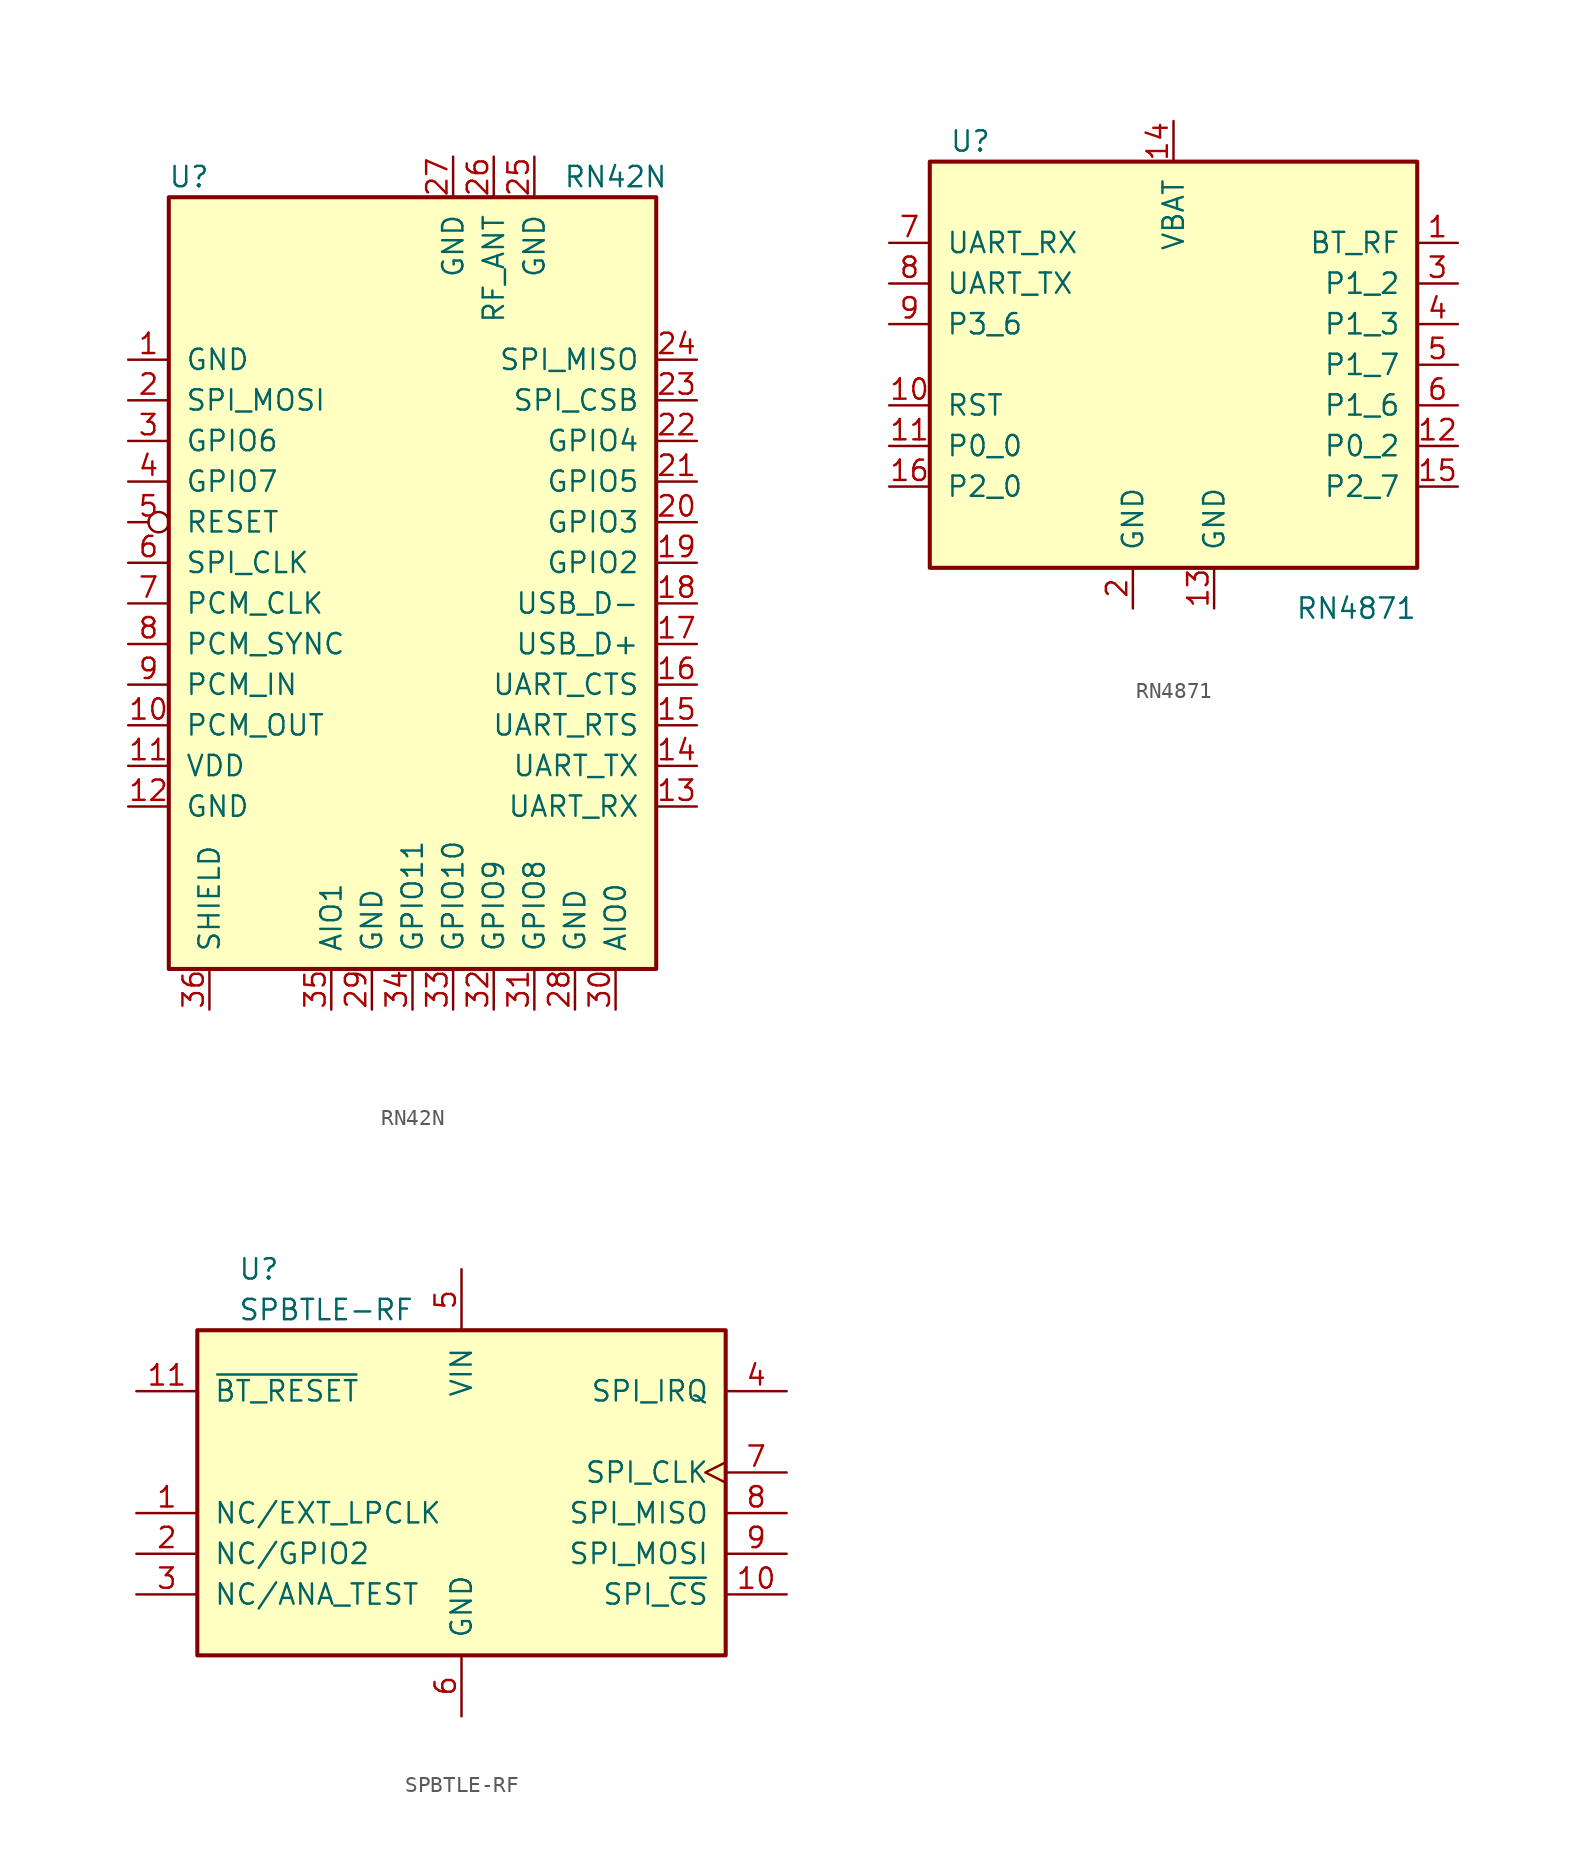
<source format=kicad_sym>
(kicad_symbol_lib
  (version 20241209)
  (generator "kicad_symbol_editor")
  (generator_version "9.0")
  (symbol "RN42N"
    (pin_names
      (offset 1.016))
    (property "Reference" "U"
      (at -13.97 26.67 0)
      (effects (font (size 1.27 1.27))))
    (property "Value" "RN42N"
      (at 12.7 26.67 0)
      (effects (font (size 1.27 1.27))))
    (symbol "RN42N_0_1"
      (rectangle (start -15.24 25.4) (end 15.24 -22.86) (stroke (width 0.254) (type default)) (fill (type background))))
    (symbol "RN42N_1_1"
      (pin power_in line (at -17.78 15.24 0) (length 2.54) (name "GND" (effects (font (size 1.27 1.27)))) (number "1" (effects (font (size 1.27 1.27)))))
      (pin input line (at -17.78 12.7 0) (length 2.54) (name "SPI_MOSI" (effects (font (size 1.27 1.27)))) (number "2" (effects (font (size 1.27 1.27)))))
      (pin input line (at -17.78 10.16 0) (length 2.54) (name "GPIO6" (effects (font (size 1.27 1.27)))) (number "3" (effects (font (size 1.27 1.27)))))
      (pin bidirectional line (at -17.78 7.62 0) (length 2.54) (name "GPIO7" (effects (font (size 1.27 1.27)))) (number "4" (effects (font (size 1.27 1.27)))))
      (pin input inverted (at -17.78 5.08 0) (length 2.54) (name "RESET" (effects (font (size 1.27 1.27)))) (number "5" (effects (font (size 1.27 1.27)))))
      (pin input line (at -17.78 2.54 0) (length 2.54) (name "SPI_CLK" (effects (font (size 1.27 1.27)))) (number "6" (effects (font (size 1.27 1.27)))))
      (pin bidirectional line (at -17.78 0 0) (length 2.54) (name "PCM_CLK" (effects (font (size 1.27 1.27)))) (number "7" (effects (font (size 1.27 1.27)))))
      (pin bidirectional line (at -17.78 -2.54 0) (length 2.54) (name "PCM_SYNC" (effects (font (size 1.27 1.27)))) (number "8" (effects (font (size 1.27 1.27)))))
      (pin input line (at -17.78 -5.08 0) (length 2.54) (name "PCM_IN" (effects (font (size 1.27 1.27)))) (number "9" (effects (font (size 1.27 1.27)))))
      (pin output line (at -17.78 -7.62 0) (length 2.54) (name "PCM_OUT" (effects (font (size 1.27 1.27)))) (number "10" (effects (font (size 1.27 1.27)))))
      (pin power_in line (at -17.78 -10.16 0) (length 2.54) (name "VDD" (effects (font (size 1.27 1.27)))) (number "11" (effects (font (size 1.27 1.27)))))
      (pin power_in line (at -17.78 -12.7 0) (length 2.54) (name "GND" (effects (font (size 1.27 1.27)))) (number "12" (effects (font (size 1.27 1.27)))))
      (pin input line (at -12.7 -25.4 90) (length 2.54) (name "SHIELD" (effects (font (size 1.27 1.27)))) (number "36" (effects (font (size 1.27 1.27)))))
      (pin input line (at -5.08 -25.4 90) (length 2.54) (name "AIO1" (effects (font (size 1.27 1.27)))) (number "35" (effects (font (size 1.27 1.27)))))
      (pin power_in line (at -2.54 -25.4 90) (length 2.54) (name "GND" (effects (font (size 1.27 1.27)))) (number "29" (effects (font (size 1.27 1.27)))))
      (pin bidirectional line (at 0 -25.4 90) (length 2.54) (name "GPIO11" (effects (font (size 1.27 1.27)))) (number "34" (effects (font (size 1.27 1.27)))))
      (pin power_in line (at 2.54 27.94 270) (length 2.54) (name "GND" (effects (font (size 1.27 1.27)))) (number "27" (effects (font (size 1.27 1.27)))))
      (pin bidirectional line (at 2.54 -25.4 90) (length 2.54) (name "GPIO10" (effects (font (size 1.27 1.27)))) (number "33" (effects (font (size 1.27 1.27)))))
      (pin bidirectional line (at 5.08 27.94 270) (length 2.54) (name "RF_ANT" (effects (font (size 1.27 1.27)))) (number "26" (effects (font (size 1.27 1.27)))))
      (pin bidirectional line (at 5.08 -25.4 90) (length 2.54) (name "GPIO9" (effects (font (size 1.27 1.27)))) (number "32" (effects (font (size 1.27 1.27)))))
      (pin power_in line (at 7.62 27.94 270) (length 2.54) (name "GND" (effects (font (size 1.27 1.27)))) (number "25" (effects (font (size 1.27 1.27)))))
      (pin output line (at 7.62 -25.4 90) (length 2.54) (name "GPIO8" (effects (font (size 1.27 1.27)))) (number "31" (effects (font (size 1.27 1.27)))))
      (pin power_in line (at 10.16 -25.4 90) (length 2.54) (name "GND" (effects (font (size 1.27 1.27)))) (number "28" (effects (font (size 1.27 1.27)))))
      (pin input line (at 12.7 -25.4 90) (length 2.54) (name "AIO0" (effects (font (size 1.27 1.27)))) (number "30" (effects (font (size 1.27 1.27)))))
      (pin output line (at 17.78 15.24 180) (length 2.54) (name "SPI_MISO" (effects (font (size 1.27 1.27)))) (number "24" (effects (font (size 1.27 1.27)))))
      (pin input line (at 17.78 12.7 180) (length 2.54) (name "SPI_CSB" (effects (font (size 1.27 1.27)))) (number "23" (effects (font (size 1.27 1.27)))))
      (pin bidirectional line (at 17.78 10.16 180) (length 2.54) (name "GPIO4" (effects (font (size 1.27 1.27)))) (number "22" (effects (font (size 1.27 1.27)))))
      (pin bidirectional line (at 17.78 7.62 180) (length 2.54) (name "GPIO5" (effects (font (size 1.27 1.27)))) (number "21" (effects (font (size 1.27 1.27)))))
      (pin input line (at 17.78 5.08 180) (length 2.54) (name "GPIO3" (effects (font (size 1.27 1.27)))) (number "20" (effects (font (size 1.27 1.27)))))
      (pin bidirectional line (at 17.78 2.54 180) (length 2.54) (name "GPIO2" (effects (font (size 1.27 1.27)))) (number "19" (effects (font (size 1.27 1.27)))))
      (pin bidirectional line (at 17.78 0 180) (length 2.54) (name "USB_D-" (effects (font (size 1.27 1.27)))) (number "18" (effects (font (size 1.27 1.27)))))
      (pin bidirectional line (at 17.78 -2.54 180) (length 2.54) (name "USB_D+" (effects (font (size 1.27 1.27)))) (number "17" (effects (font (size 1.27 1.27)))))
      (pin input line (at 17.78 -5.08 180) (length 2.54) (name "UART_CTS" (effects (font (size 1.27 1.27)))) (number "16" (effects (font (size 1.27 1.27)))))
      (pin output line (at 17.78 -7.62 180) (length 2.54) (name "UART_RTS" (effects (font (size 1.27 1.27)))) (number "15" (effects (font (size 1.27 1.27)))))
      (pin output line (at 17.78 -10.16 180) (length 2.54) (name "UART_TX" (effects (font (size 1.27 1.27)))) (number "14" (effects (font (size 1.27 1.27)))))
      (pin input line (at 17.78 -12.7 180) (length 2.54) (name "UART_RX" (effects (font (size 1.27 1.27)))) (number "13" (effects (font (size 1.27 1.27)))))))
  (symbol "RN4871"
    (pin_names
      (offset 1.016))
    (property "Reference" "U"
      (at -12.7 13.97 0)
      (effects (font (size 1.27 1.27))))
    (property "Value" "RN4871"
      (at 11.43 -15.24 0)
      (effects (font (size 1.27 1.27))))
    (symbol "RN4871_0_1"
      (rectangle (start -15.24 12.7) (end 15.24 -12.7) (stroke (width 0.254) (type default)) (fill (type background))))
    (symbol "RN4871_1_1"
      (pin input line (at -17.78 7.62 0) (length 2.54) (name "UART_RX" (effects (font (size 1.27 1.27)))) (number "7" (effects (font (size 1.27 1.27)))))
      (pin output line (at -17.78 5.08 0) (length 2.54) (name "UART_TX" (effects (font (size 1.27 1.27)))) (number "8" (effects (font (size 1.27 1.27)))))
      (pin bidirectional line (at -17.78 2.54 0) (length 2.54) (name "P3_6" (effects (font (size 1.27 1.27)))) (number "9" (effects (font (size 1.27 1.27)))))
      (pin input line (at -17.78 -2.54 0) (length 2.54) (name "RST" (effects (font (size 1.27 1.27)))) (number "10" (effects (font (size 1.27 1.27)))))
      (pin bidirectional line (at -17.78 -5.08 0) (length 2.54) (name "P0_0" (effects (font (size 1.27 1.27)))) (number "11" (effects (font (size 1.27 1.27)))))
      (pin input line (at -17.78 -7.62 0) (length 2.54) (name "P2_0" (effects (font (size 1.27 1.27)))) (number "16" (effects (font (size 1.27 1.27)))))
      (pin power_in line (at -2.54 -15.24 90) (length 2.54) (name "GND" (effects (font (size 1.27 1.27)))) (number "2" (effects (font (size 1.27 1.27)))))
      (pin power_in line (at 0 15.24 270) (length 2.54) (name "VBAT" (effects (font (size 1.27 1.27)))) (number "14" (effects (font (size 1.27 1.27)))))
      (pin power_in line (at 2.54 -15.24 90) (length 2.54) (name "GND" (effects (font (size 1.27 1.27)))) (number "13" (effects (font (size 1.27 1.27)))))
      (pin output line (at 17.78 7.62 180) (length 2.54) (name "BT_RF" (effects (font (size 1.27 1.27)))) (number "1" (effects (font (size 1.27 1.27)))))
      (pin bidirectional line (at 17.78 5.08 180) (length 2.54) (name "P1_2" (effects (font (size 1.27 1.27)))) (number "3" (effects (font (size 1.27 1.27)))))
      (pin bidirectional line (at 17.78 2.54 180) (length 2.54) (name "P1_3" (effects (font (size 1.27 1.27)))) (number "4" (effects (font (size 1.27 1.27)))))
      (pin bidirectional line (at 17.78 0 180) (length 2.54) (name "P1_7" (effects (font (size 1.27 1.27)))) (number "5" (effects (font (size 1.27 1.27)))))
      (pin bidirectional line (at 17.78 -2.54 180) (length 2.54) (name "P1_6" (effects (font (size 1.27 1.27)))) (number "6" (effects (font (size 1.27 1.27)))))
      (pin bidirectional line (at 17.78 -5.08 180) (length 2.54) (name "P0_2" (effects (font (size 1.27 1.27)))) (number "12" (effects (font (size 1.27 1.27)))))
      (pin bidirectional line (at 17.78 -7.62 180) (length 2.54) (name "P2_7" (effects (font (size 1.27 1.27)))) (number "15" (effects (font (size 1.27 1.27)))))))
  (symbol "SPBTLE-RF"
    (pin_names
      (offset 1.016))
    (property "Reference" "U"
      (at -13.97 12.7 0)
      (effects (font (size 1.27 1.27)) (justify left)))
    (property "Value" "SPBTLE-RF"
      (at -13.97 10.16 0)
      (effects (font (size 1.27 1.27)) (justify left)))
    (symbol "SPBTLE-RF_0_1"
      (rectangle (start -16.51 8.89) (end 16.51 -11.43) (stroke (width 0.254) (type default)) (fill (type background))))
    (symbol "SPBTLE-RF_1_1"
      (pin input line (at -20.32 5.08 0) (length 3.81) (name "~{BT_RESET}" (effects (font (size 1.27 1.27)))) (number "11" (effects (font (size 1.27 1.27)))))
      (pin input line (at -20.32 -2.54 0) (length 3.81) (name "NC/EXT_LPCLK" (effects (font (size 1.27 1.27)))) (number "1" (effects (font (size 1.27 1.27)))))
      (pin bidirectional line (at -20.32 -5.08 0) (length 3.81) (name "NC/GPIO2" (effects (font (size 1.27 1.27)))) (number "2" (effects (font (size 1.27 1.27)))))
      (pin input line (at -20.32 -7.62 0) (length 3.81) (name "NC/ANA_TEST" (effects (font (size 1.27 1.27)))) (number "3" (effects (font (size 1.27 1.27)))))
      (pin power_in line (at 0 12.7 270) (length 3.81) (name "VIN" (effects (font (size 1.27 1.27)))) (number "5" (effects (font (size 1.27 1.27)))))
      (pin power_in line (at 0 -15.24 90) (length 3.81) (name "GND" (effects (font (size 1.27 1.27)))) (number "6" (effects (font (size 1.27 1.27)))))
      (pin output line (at 20.32 5.08 180) (length 3.81) (name "SPI_IRQ" (effects (font (size 1.27 1.27)))) (number "4" (effects (font (size 1.27 1.27)))))
      (pin input clock (at 20.32 0 180) (length 3.81) (name "SPI_CLK" (effects (font (size 1.27 1.27)))) (number "7" (effects (font (size 1.27 1.27)))))
      (pin output line (at 20.32 -2.54 180) (length 3.81) (name "SPI_MISO" (effects (font (size 1.27 1.27)))) (number "8" (effects (font (size 1.27 1.27)))))
      (pin input line (at 20.32 -5.08 180) (length 3.81) (name "SPI_MOSI" (effects (font (size 1.27 1.27)))) (number "9" (effects (font (size 1.27 1.27)))))
      (pin input line (at 20.32 -7.62 180) (length 3.81) (name "SPI_~{CS}" (effects (font (size 1.27 1.27)))) (number "10" (effects (font (size 1.27 1.27))))))))
</source>
